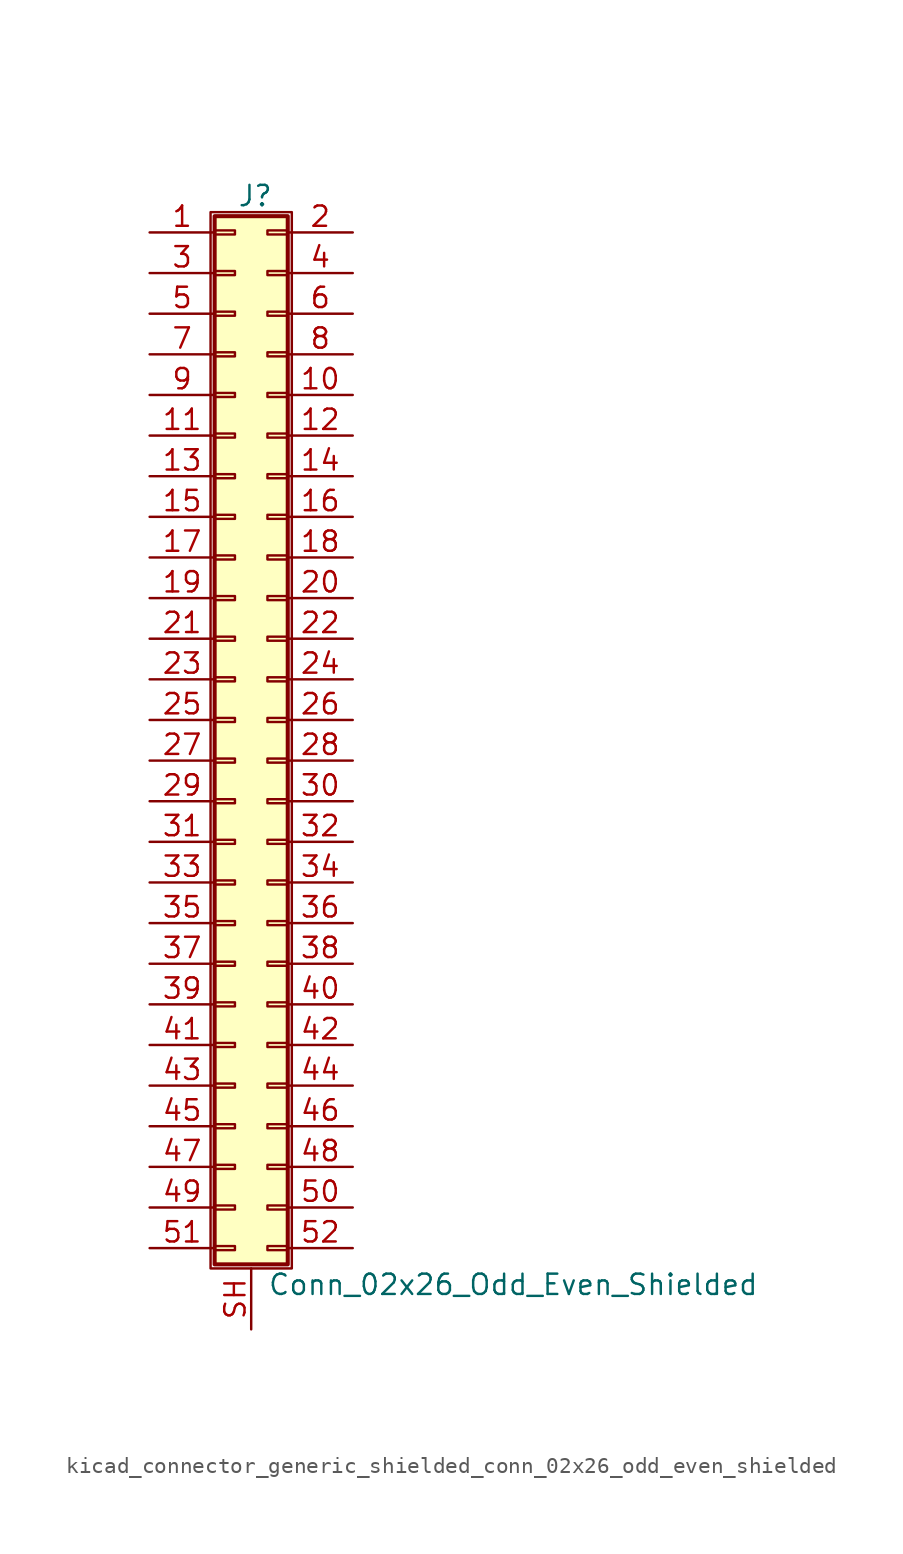
<source format=kicad_sym>
(kicad_symbol_lib
  (version 20220914)
  (generator kicad_symbol_editor)
  (symbol "kicad_connector_generic_shielded_conn_02x26_odd_even_shielded"
    (pin_names
      (offset 1.016) hide)
    (property "Reference" "J"
      (at 1.524 32.766 0)
      (effects (font (size 1.27 1.27))))
    (property "Value" "Conn_02x26_Odd_Even_Shielded"
      (at 2.286 -35.306 0)
      (effects (font (size 1.27 1.27)) (justify left)))
    (symbol "kicad_connector_generic_shielded_conn_02x26_odd_even_shielded_1_1"
      (rectangle (start -1.27 31.75) (end 3.81 -34.29) (stroke (width 0.152) (type default)) (fill (type none)))
      (rectangle (start -1.016 -32.893) (end 0.254 -33.147) (stroke (width 0.152) (type default)) (fill (type none)))
      (rectangle (start -1.016 -30.353) (end 0.254 -30.607) (stroke (width 0.152) (type default)) (fill (type none)))
      (rectangle (start -1.016 -27.813) (end 0.254 -28.067) (stroke (width 0.152) (type default)) (fill (type none)))
      (rectangle (start -1.016 -25.273) (end 0.254 -25.527) (stroke (width 0.152) (type default)) (fill (type none)))
      (rectangle (start -1.016 -22.733) (end 0.254 -22.987) (stroke (width 0.152) (type default)) (fill (type none)))
      (rectangle (start -1.016 -20.193) (end 0.254 -20.447) (stroke (width 0.152) (type default)) (fill (type none)))
      (rectangle (start -1.016 -17.653) (end 0.254 -17.907) (stroke (width 0.152) (type default)) (fill (type none)))
      (rectangle (start -1.016 -15.113) (end 0.254 -15.367) (stroke (width 0.152) (type default)) (fill (type none)))
      (rectangle (start -1.016 -12.573) (end 0.254 -12.827) (stroke (width 0.152) (type default)) (fill (type none)))
      (rectangle (start -1.016 -10.033) (end 0.254 -10.287) (stroke (width 0.152) (type default)) (fill (type none)))
      (rectangle (start -1.016 -7.493) (end 0.254 -7.747) (stroke (width 0.152) (type default)) (fill (type none)))
      (rectangle (start -1.016 -4.953) (end 0.254 -5.207) (stroke (width 0.152) (type default)) (fill (type none)))
      (rectangle (start -1.016 -2.413) (end 0.254 -2.667) (stroke (width 0.152) (type default)) (fill (type none)))
      (rectangle (start -1.016 0.127) (end 0.254 -0.127) (stroke (width 0.152) (type default)) (fill (type none)))
      (rectangle (start -1.016 2.667) (end 0.254 2.413) (stroke (width 0.152) (type default)) (fill (type none)))
      (rectangle (start -1.016 5.207) (end 0.254 4.953) (stroke (width 0.152) (type default)) (fill (type none)))
      (rectangle (start -1.016 7.747) (end 0.254 7.493) (stroke (width 0.152) (type default)) (fill (type none)))
      (rectangle (start -1.016 10.287) (end 0.254 10.033) (stroke (width 0.152) (type default)) (fill (type none)))
      (rectangle (start -1.016 12.827) (end 0.254 12.573) (stroke (width 0.152) (type default)) (fill (type none)))
      (rectangle (start -1.016 15.367) (end 0.254 15.113) (stroke (width 0.152) (type default)) (fill (type none)))
      (rectangle (start -1.016 17.907) (end 0.254 17.653) (stroke (width 0.152) (type default)) (fill (type none)))
      (rectangle (start -1.016 20.447) (end 0.254 20.193) (stroke (width 0.152) (type default)) (fill (type none)))
      (rectangle (start -1.016 22.987) (end 0.254 22.733) (stroke (width 0.152) (type default)) (fill (type none)))
      (rectangle (start -1.016 25.527) (end 0.254 25.273) (stroke (width 0.152) (type default)) (fill (type none)))
      (rectangle (start -1.016 28.067) (end 0.254 27.813) (stroke (width 0.152) (type default)) (fill (type none)))
      (rectangle (start -1.016 30.607) (end 0.254 30.353) (stroke (width 0.152) (type default)) (fill (type none)))
      (rectangle (start -1.016 31.496) (end 3.556 -34.036) (stroke (width 0.254) (type default)) (fill (type background)))
      (rectangle (start 3.556 -32.893) (end 2.286 -33.147) (stroke (width 0.152) (type default)) (fill (type none)))
      (rectangle (start 3.556 -30.353) (end 2.286 -30.607) (stroke (width 0.152) (type default)) (fill (type none)))
      (rectangle (start 3.556 -27.813) (end 2.286 -28.067) (stroke (width 0.152) (type default)) (fill (type none)))
      (rectangle (start 3.556 -25.273) (end 2.286 -25.527) (stroke (width 0.152) (type default)) (fill (type none)))
      (rectangle (start 3.556 -22.733) (end 2.286 -22.987) (stroke (width 0.152) (type default)) (fill (type none)))
      (rectangle (start 3.556 -20.193) (end 2.286 -20.447) (stroke (width 0.152) (type default)) (fill (type none)))
      (rectangle (start 3.556 -17.653) (end 2.286 -17.907) (stroke (width 0.152) (type default)) (fill (type none)))
      (rectangle (start 3.556 -15.113) (end 2.286 -15.367) (stroke (width 0.152) (type default)) (fill (type none)))
      (rectangle (start 3.556 -12.573) (end 2.286 -12.827) (stroke (width 0.152) (type default)) (fill (type none)))
      (rectangle (start 3.556 -10.033) (end 2.286 -10.287) (stroke (width 0.152) (type default)) (fill (type none)))
      (rectangle (start 3.556 -7.493) (end 2.286 -7.747) (stroke (width 0.152) (type default)) (fill (type none)))
      (rectangle (start 3.556 -4.953) (end 2.286 -5.207) (stroke (width 0.152) (type default)) (fill (type none)))
      (rectangle (start 3.556 -2.413) (end 2.286 -2.667) (stroke (width 0.152) (type default)) (fill (type none)))
      (rectangle (start 3.556 0.127) (end 2.286 -0.127) (stroke (width 0.152) (type default)) (fill (type none)))
      (rectangle (start 3.556 2.667) (end 2.286 2.413) (stroke (width 0.152) (type default)) (fill (type none)))
      (rectangle (start 3.556 5.207) (end 2.286 4.953) (stroke (width 0.152) (type default)) (fill (type none)))
      (rectangle (start 3.556 7.747) (end 2.286 7.493) (stroke (width 0.152) (type default)) (fill (type none)))
      (rectangle (start 3.556 10.287) (end 2.286 10.033) (stroke (width 0.152) (type default)) (fill (type none)))
      (rectangle (start 3.556 12.827) (end 2.286 12.573) (stroke (width 0.152) (type default)) (fill (type none)))
      (rectangle (start 3.556 15.367) (end 2.286 15.113) (stroke (width 0.152) (type default)) (fill (type none)))
      (rectangle (start 3.556 17.907) (end 2.286 17.653) (stroke (width 0.152) (type default)) (fill (type none)))
      (rectangle (start 3.556 20.447) (end 2.286 20.193) (stroke (width 0.152) (type default)) (fill (type none)))
      (rectangle (start 3.556 22.987) (end 2.286 22.733) (stroke (width 0.152) (type default)) (fill (type none)))
      (rectangle (start 3.556 25.527) (end 2.286 25.273) (stroke (width 0.152) (type default)) (fill (type none)))
      (rectangle (start 3.556 28.067) (end 2.286 27.813) (stroke (width 0.152) (type default)) (fill (type none)))
      (rectangle (start 3.556 30.607) (end 2.286 30.353) (stroke (width 0.152) (type default)) (fill (type none)))
      (pin passive line (at -5.08 30.48 0) (length 4.064) (name "Pin_1" (effects (font (size 1.27 1.27)))) (number "1" (effects (font (size 1.27 1.27)))))
      (pin passive line (at 7.62 20.32 180) (length 4.064) (name "Pin_10" (effects (font (size 1.27 1.27)))) (number "10" (effects (font (size 1.27 1.27)))))
      (pin passive line (at -5.08 17.78 0) (length 4.064) (name "Pin_11" (effects (font (size 1.27 1.27)))) (number "11" (effects (font (size 1.27 1.27)))))
      (pin passive line (at 7.62 17.78 180) (length 4.064) (name "Pin_12" (effects (font (size 1.27 1.27)))) (number "12" (effects (font (size 1.27 1.27)))))
      (pin passive line (at -5.08 15.24 0) (length 4.064) (name "Pin_13" (effects (font (size 1.27 1.27)))) (number "13" (effects (font (size 1.27 1.27)))))
      (pin passive line (at 7.62 15.24 180) (length 4.064) (name "Pin_14" (effects (font (size 1.27 1.27)))) (number "14" (effects (font (size 1.27 1.27)))))
      (pin passive line (at -5.08 12.7 0) (length 4.064) (name "Pin_15" (effects (font (size 1.27 1.27)))) (number "15" (effects (font (size 1.27 1.27)))))
      (pin passive line (at 7.62 12.7 180) (length 4.064) (name "Pin_16" (effects (font (size 1.27 1.27)))) (number "16" (effects (font (size 1.27 1.27)))))
      (pin passive line (at -5.08 10.16 0) (length 4.064) (name "Pin_17" (effects (font (size 1.27 1.27)))) (number "17" (effects (font (size 1.27 1.27)))))
      (pin passive line (at 7.62 10.16 180) (length 4.064) (name "Pin_18" (effects (font (size 1.27 1.27)))) (number "18" (effects (font (size 1.27 1.27)))))
      (pin passive line (at -5.08 7.62 0) (length 4.064) (name "Pin_19" (effects (font (size 1.27 1.27)))) (number "19" (effects (font (size 1.27 1.27)))))
      (pin passive line (at 7.62 30.48 180) (length 4.064) (name "Pin_2" (effects (font (size 1.27 1.27)))) (number "2" (effects (font (size 1.27 1.27)))))
      (pin passive line (at 7.62 7.62 180) (length 4.064) (name "Pin_20" (effects (font (size 1.27 1.27)))) (number "20" (effects (font (size 1.27 1.27)))))
      (pin passive line (at -5.08 5.08 0) (length 4.064) (name "Pin_21" (effects (font (size 1.27 1.27)))) (number "21" (effects (font (size 1.27 1.27)))))
      (pin passive line (at 7.62 5.08 180) (length 4.064) (name "Pin_22" (effects (font (size 1.27 1.27)))) (number "22" (effects (font (size 1.27 1.27)))))
      (pin passive line (at -5.08 2.54 0) (length 4.064) (name "Pin_23" (effects (font (size 1.27 1.27)))) (number "23" (effects (font (size 1.27 1.27)))))
      (pin passive line (at 7.62 2.54 180) (length 4.064) (name "Pin_24" (effects (font (size 1.27 1.27)))) (number "24" (effects (font (size 1.27 1.27)))))
      (pin passive line (at -5.08 0 0) (length 4.064) (name "Pin_25" (effects (font (size 1.27 1.27)))) (number "25" (effects (font (size 1.27 1.27)))))
      (pin passive line (at 7.62 0 180) (length 4.064) (name "Pin_26" (effects (font (size 1.27 1.27)))) (number "26" (effects (font (size 1.27 1.27)))))
      (pin passive line (at -5.08 -2.54 0) (length 4.064) (name "Pin_27" (effects (font (size 1.27 1.27)))) (number "27" (effects (font (size 1.27 1.27)))))
      (pin passive line (at 7.62 -2.54 180) (length 4.064) (name "Pin_28" (effects (font (size 1.27 1.27)))) (number "28" (effects (font (size 1.27 1.27)))))
      (pin passive line (at -5.08 -5.08 0) (length 4.064) (name "Pin_29" (effects (font (size 1.27 1.27)))) (number "29" (effects (font (size 1.27 1.27)))))
      (pin passive line (at -5.08 27.94 0) (length 4.064) (name "Pin_3" (effects (font (size 1.27 1.27)))) (number "3" (effects (font (size 1.27 1.27)))))
      (pin passive line (at 7.62 -5.08 180) (length 4.064) (name "Pin_30" (effects (font (size 1.27 1.27)))) (number "30" (effects (font (size 1.27 1.27)))))
      (pin passive line (at -5.08 -7.62 0) (length 4.064) (name "Pin_31" (effects (font (size 1.27 1.27)))) (number "31" (effects (font (size 1.27 1.27)))))
      (pin passive line (at 7.62 -7.62 180) (length 4.064) (name "Pin_32" (effects (font (size 1.27 1.27)))) (number "32" (effects (font (size 1.27 1.27)))))
      (pin passive line (at -5.08 -10.16 0) (length 4.064) (name "Pin_33" (effects (font (size 1.27 1.27)))) (number "33" (effects (font (size 1.27 1.27)))))
      (pin passive line (at 7.62 -10.16 180) (length 4.064) (name "Pin_34" (effects (font (size 1.27 1.27)))) (number "34" (effects (font (size 1.27 1.27)))))
      (pin passive line (at -5.08 -12.7 0) (length 4.064) (name "Pin_35" (effects (font (size 1.27 1.27)))) (number "35" (effects (font (size 1.27 1.27)))))
      (pin passive line (at 7.62 -12.7 180) (length 4.064) (name "Pin_36" (effects (font (size 1.27 1.27)))) (number "36" (effects (font (size 1.27 1.27)))))
      (pin passive line (at -5.08 -15.24 0) (length 4.064) (name "Pin_37" (effects (font (size 1.27 1.27)))) (number "37" (effects (font (size 1.27 1.27)))))
      (pin passive line (at 7.62 -15.24 180) (length 4.064) (name "Pin_38" (effects (font (size 1.27 1.27)))) (number "38" (effects (font (size 1.27 1.27)))))
      (pin passive line (at -5.08 -17.78 0) (length 4.064) (name "Pin_39" (effects (font (size 1.27 1.27)))) (number "39" (effects (font (size 1.27 1.27)))))
      (pin passive line (at 7.62 27.94 180) (length 4.064) (name "Pin_4" (effects (font (size 1.27 1.27)))) (number "4" (effects (font (size 1.27 1.27)))))
      (pin passive line (at 7.62 -17.78 180) (length 4.064) (name "Pin_40" (effects (font (size 1.27 1.27)))) (number "40" (effects (font (size 1.27 1.27)))))
      (pin passive line (at -5.08 -20.32 0) (length 4.064) (name "Pin_41" (effects (font (size 1.27 1.27)))) (number "41" (effects (font (size 1.27 1.27)))))
      (pin passive line (at 7.62 -20.32 180) (length 4.064) (name "Pin_42" (effects (font (size 1.27 1.27)))) (number "42" (effects (font (size 1.27 1.27)))))
      (pin passive line (at -5.08 -22.86 0) (length 4.064) (name "Pin_43" (effects (font (size 1.27 1.27)))) (number "43" (effects (font (size 1.27 1.27)))))
      (pin passive line (at 7.62 -22.86 180) (length 4.064) (name "Pin_44" (effects (font (size 1.27 1.27)))) (number "44" (effects (font (size 1.27 1.27)))))
      (pin passive line (at -5.08 -25.4 0) (length 4.064) (name "Pin_45" (effects (font (size 1.27 1.27)))) (number "45" (effects (font (size 1.27 1.27)))))
      (pin passive line (at 7.62 -25.4 180) (length 4.064) (name "Pin_46" (effects (font (size 1.27 1.27)))) (number "46" (effects (font (size 1.27 1.27)))))
      (pin passive line (at -5.08 -27.94 0) (length 4.064) (name "Pin_47" (effects (font (size 1.27 1.27)))) (number "47" (effects (font (size 1.27 1.27)))))
      (pin passive line (at 7.62 -27.94 180) (length 4.064) (name "Pin_48" (effects (font (size 1.27 1.27)))) (number "48" (effects (font (size 1.27 1.27)))))
      (pin passive line (at -5.08 -30.48 0) (length 4.064) (name "Pin_49" (effects (font (size 1.27 1.27)))) (number "49" (effects (font (size 1.27 1.27)))))
      (pin passive line (at -5.08 25.4 0) (length 4.064) (name "Pin_5" (effects (font (size 1.27 1.27)))) (number "5" (effects (font (size 1.27 1.27)))))
      (pin passive line (at 7.62 -30.48 180) (length 4.064) (name "Pin_50" (effects (font (size 1.27 1.27)))) (number "50" (effects (font (size 1.27 1.27)))))
      (pin passive line (at -5.08 -33.02 0) (length 4.064) (name "Pin_51" (effects (font (size 1.27 1.27)))) (number "51" (effects (font (size 1.27 1.27)))))
      (pin passive line (at 7.62 -33.02 180) (length 4.064) (name "Pin_52" (effects (font (size 1.27 1.27)))) (number "52" (effects (font (size 1.27 1.27)))))
      (pin passive line (at 7.62 25.4 180) (length 4.064) (name "Pin_6" (effects (font (size 1.27 1.27)))) (number "6" (effects (font (size 1.27 1.27)))))
      (pin passive line (at -5.08 22.86 0) (length 4.064) (name "Pin_7" (effects (font (size 1.27 1.27)))) (number "7" (effects (font (size 1.27 1.27)))))
      (pin passive line (at 7.62 22.86 180) (length 4.064) (name "Pin_8" (effects (font (size 1.27 1.27)))) (number "8" (effects (font (size 1.27 1.27)))))
      (pin passive line (at -5.08 20.32 0) (length 4.064) (name "Pin_9" (effects (font (size 1.27 1.27)))) (number "9" (effects (font (size 1.27 1.27)))))
      (pin passive line (at 1.27 -38.1 90) (length 3.81) (name "Shield" (effects (font (size 1.27 1.27)))) (number "SH" (effects (font (size 1.27 1.27))))))))
</source>
